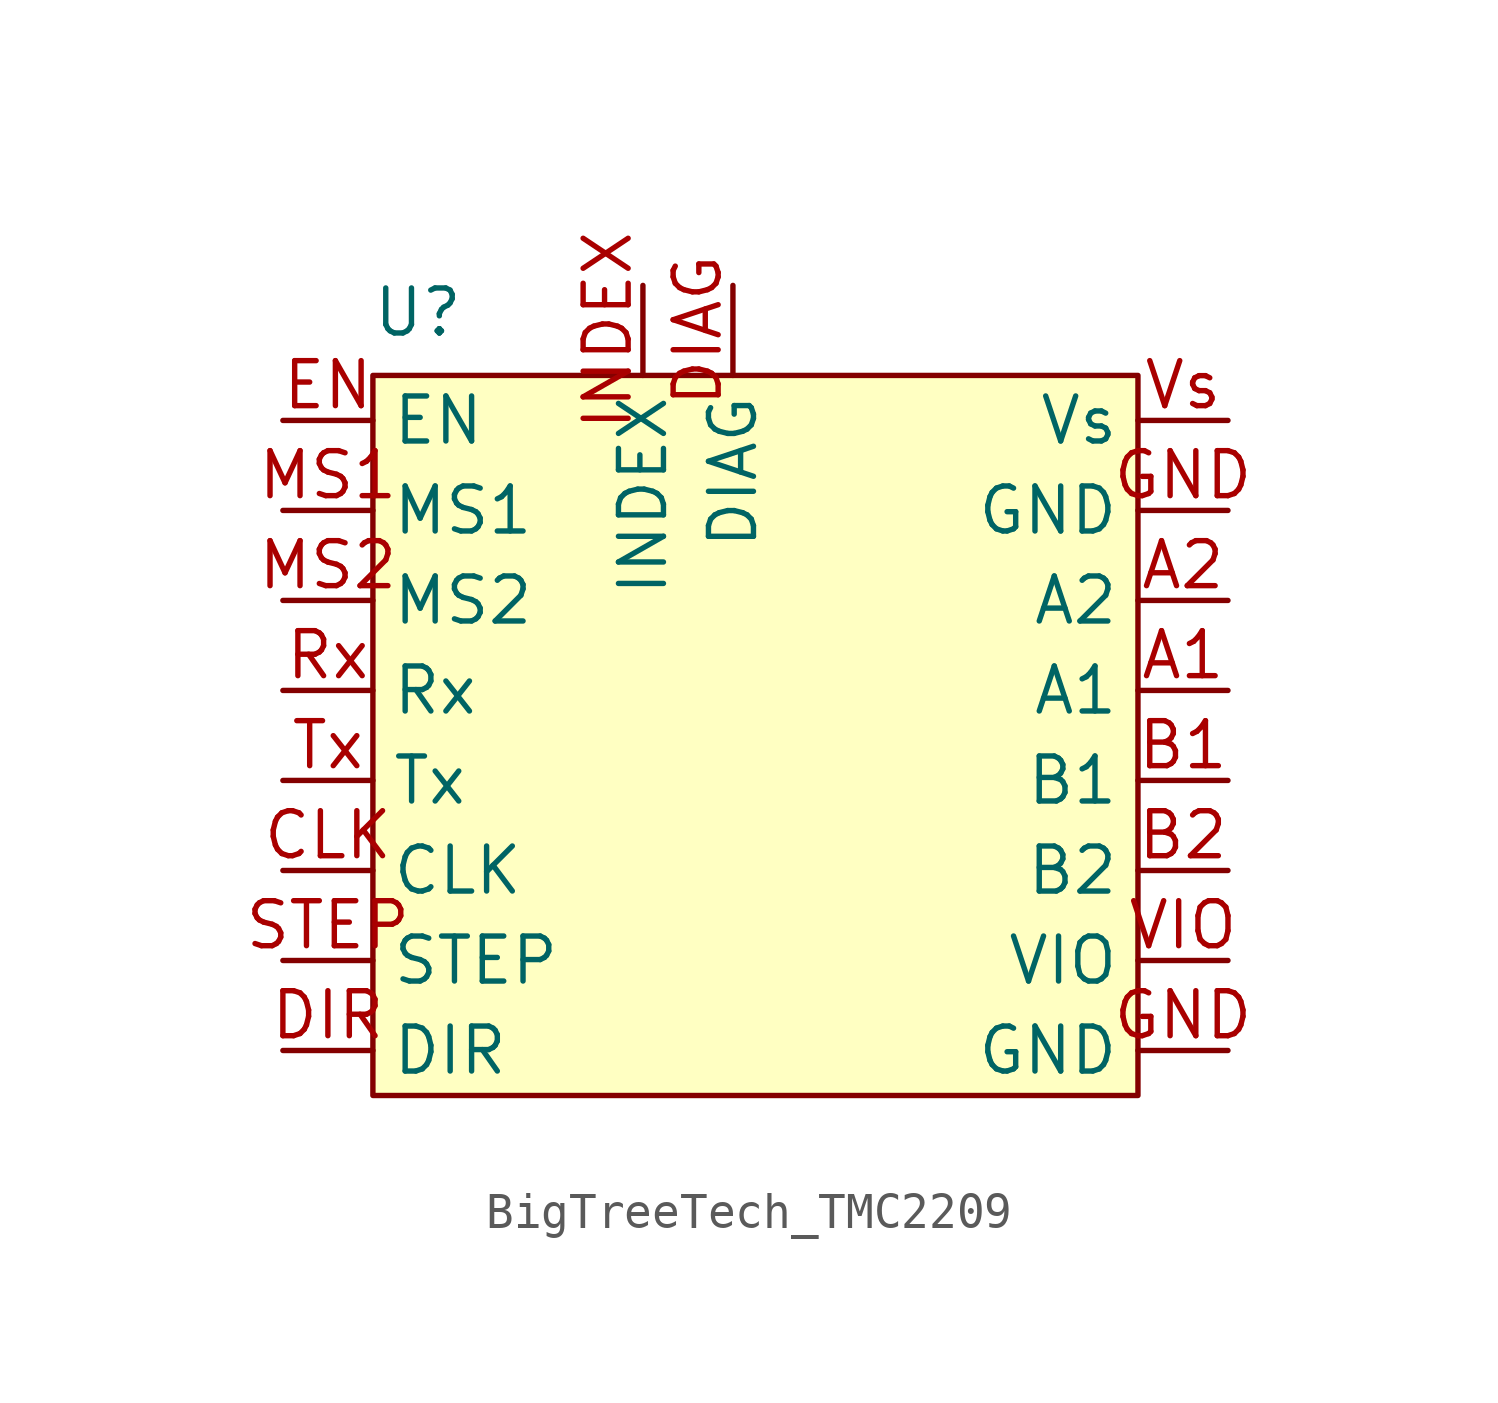
<source format=kicad_sym>
(kicad_symbol_lib
  (version 20241209)
  (generator "kicad_symbol_editor")
  (generator_version "9.0")
  (symbol "BigTreeTech_TMC2209"
    (property "Reference" "U"
      (at -10.16 11.938 0)
      (effects (font (size 1.27 1.27))))
    (property "Value" ""
      (at 2.54 5.08 0)
      (effects (font (size 1.27 1.27))))
    (symbol "BigTreeTech_TMC2209_1_1"
      (rectangle (start -11.43 10.16) (end 10.16 -10.16) (stroke (width 0) (type solid)) (fill (type background)))
      (pin input line (at -13.97 8.89 0) (length 2.54) (name "EN" (effects (font (size 1.27 1.27)))) (number "EN" (effects (font (size 1.27 1.27)))))
      (pin input line (at -13.97 6.35 0) (length 2.54) (name "MS1" (effects (font (size 1.27 1.27)))) (number "MS1" (effects (font (size 1.27 1.27)))))
      (pin input line (at -13.97 3.81 0) (length 2.54) (name "MS2" (effects (font (size 1.27 1.27)))) (number "MS2" (effects (font (size 1.27 1.27)))))
      (pin input line (at -13.97 1.27 0) (length 2.54) (name "Rx" (effects (font (size 1.27 1.27)))) (number "Rx" (effects (font (size 1.27 1.27)))))
      (pin output line (at -13.97 -1.27 0) (length 2.54) (name "Tx" (effects (font (size 1.27 1.27)))) (number "Tx" (effects (font (size 1.27 1.27)))))
      (pin bidirectional line (at -13.97 -3.81 0) (length 2.54) (name "CLK" (effects (font (size 1.27 1.27)))) (number "CLK" (effects (font (size 1.27 1.27)))))
      (pin input line (at -13.97 -6.35 0) (length 2.54) (name "STEP" (effects (font (size 1.27 1.27)))) (number "STEP" (effects (font (size 1.27 1.27)))))
      (pin input line (at -13.97 -8.89 0) (length 2.54) (name "DIR" (effects (font (size 1.27 1.27)))) (number "DIR" (effects (font (size 1.27 1.27)))))
      (pin output line (at -3.81 12.7 270) (length 2.54) (name "INDEX" (effects (font (size 1.27 1.27)))) (number "INDEX" (effects (font (size 1.27 1.27)))))
      (pin output line (at -1.27 12.7 270) (length 2.54) (name "DIAG" (effects (font (size 1.27 1.27)))) (number "DIAG" (effects (font (size 1.27 1.27)))))
      (pin power_in line (at 12.7 8.89 180) (length 2.54) (name "Vs" (effects (font (size 1.27 1.27)))) (number "Vs" (effects (font (size 1.27 1.27)))))
      (pin power_in line (at 12.7 6.35 180) (length 2.54) (name "GND" (effects (font (size 1.27 1.27)))) (number "GND" (effects (font (size 1.27 1.27)))))
      (pin output line (at 12.7 3.81 180) (length 2.54) (name "A2" (effects (font (size 1.27 1.27)))) (number "A2" (effects (font (size 1.27 1.27)))))
      (pin output line (at 12.7 1.27 180) (length 2.54) (name "A1" (effects (font (size 1.27 1.27)))) (number "A1" (effects (font (size 1.27 1.27)))))
      (pin output line (at 12.7 -1.27 180) (length 2.54) (name "B1" (effects (font (size 1.27 1.27)))) (number "B1" (effects (font (size 1.27 1.27)))))
      (pin output line (at 12.7 -3.81 180) (length 2.54) (name "B2" (effects (font (size 1.27 1.27)))) (number "B2" (effects (font (size 1.27 1.27)))))
      (pin power_in line (at 12.7 -6.35 180) (length 2.54) (name "VIO" (effects (font (size 1.27 1.27)))) (number "VIO" (effects (font (size 1.27 1.27)))))
      (pin power_in line (at 12.7 -8.89 180) (length 2.54) (name "GND" (effects (font (size 1.27 1.27)))) (number "GND" (effects (font (size 1.27 1.27))))))))
</source>
